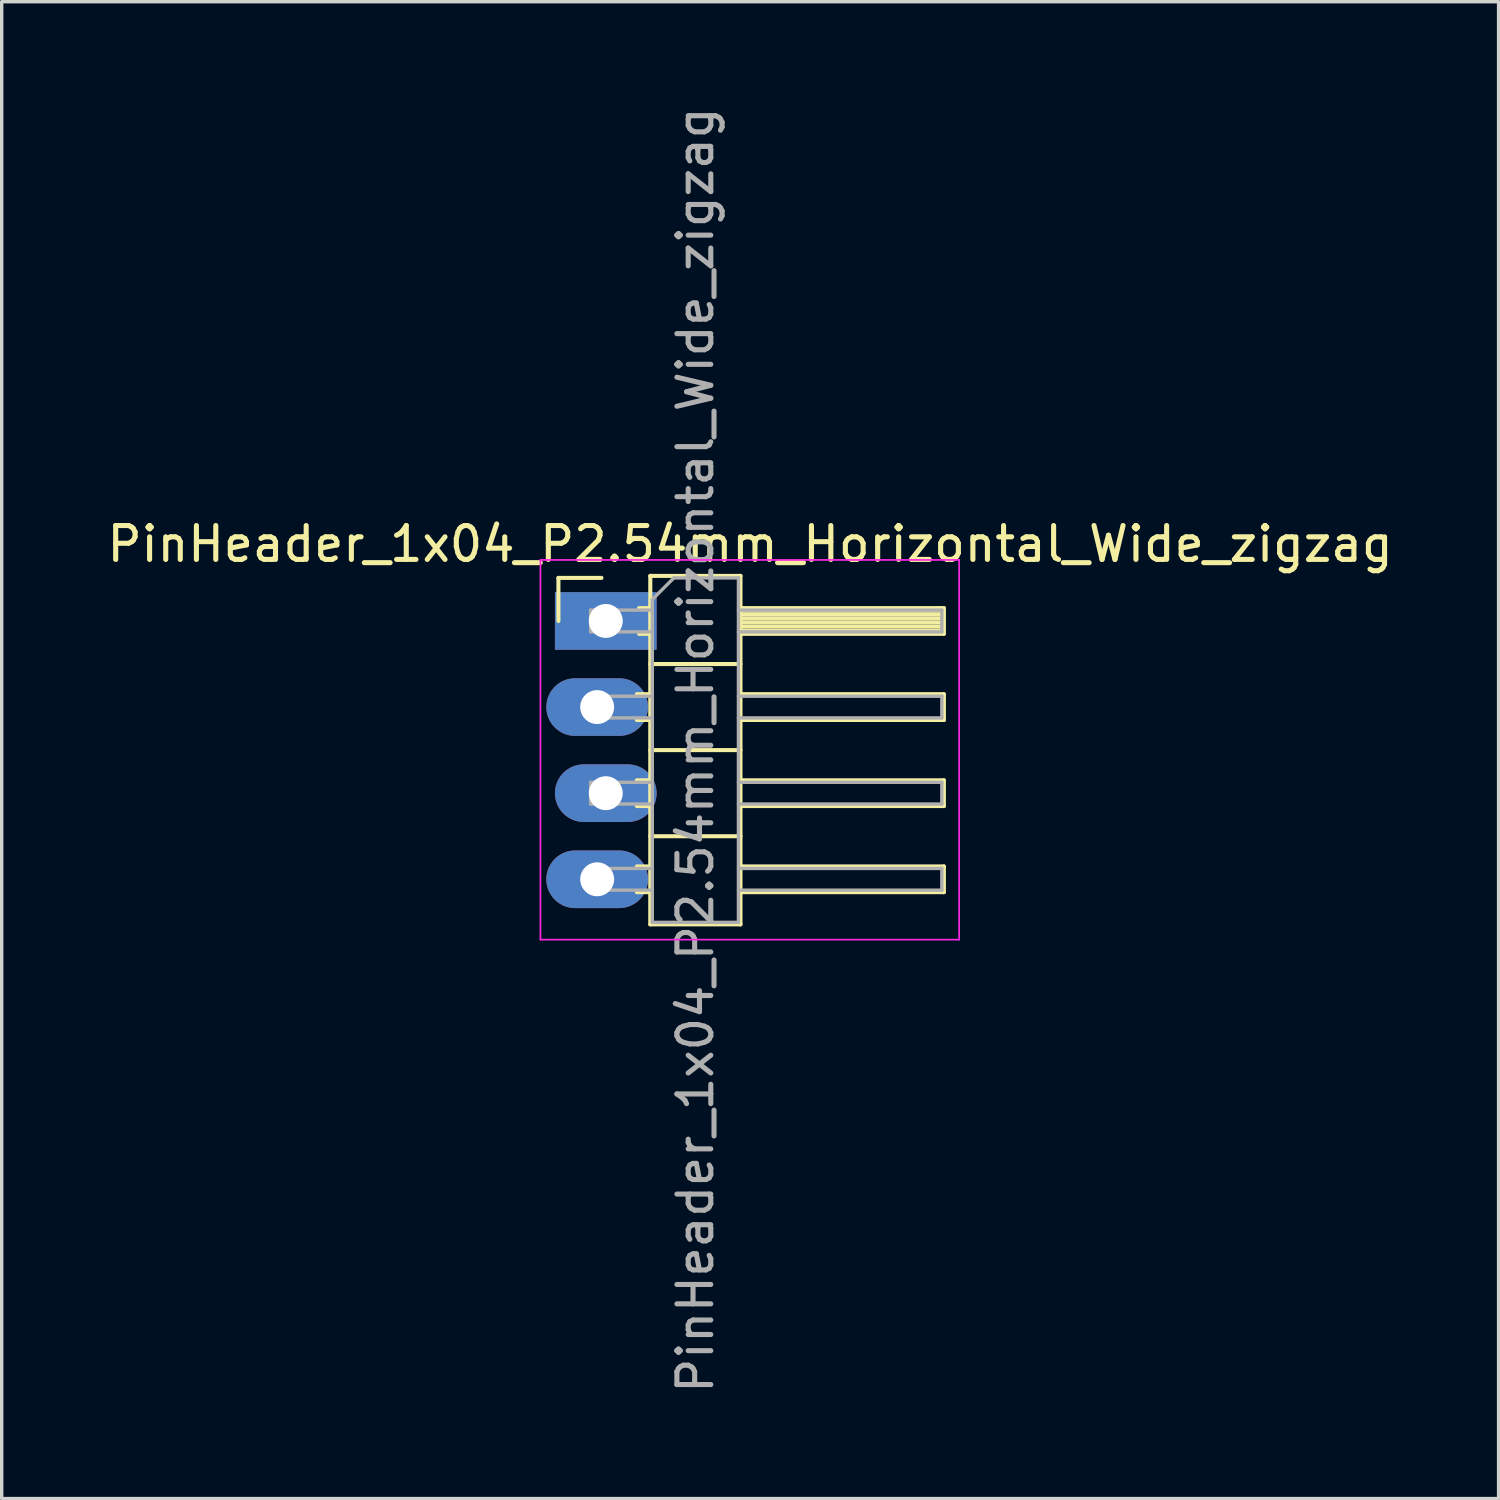
<source format=kicad_pcb>
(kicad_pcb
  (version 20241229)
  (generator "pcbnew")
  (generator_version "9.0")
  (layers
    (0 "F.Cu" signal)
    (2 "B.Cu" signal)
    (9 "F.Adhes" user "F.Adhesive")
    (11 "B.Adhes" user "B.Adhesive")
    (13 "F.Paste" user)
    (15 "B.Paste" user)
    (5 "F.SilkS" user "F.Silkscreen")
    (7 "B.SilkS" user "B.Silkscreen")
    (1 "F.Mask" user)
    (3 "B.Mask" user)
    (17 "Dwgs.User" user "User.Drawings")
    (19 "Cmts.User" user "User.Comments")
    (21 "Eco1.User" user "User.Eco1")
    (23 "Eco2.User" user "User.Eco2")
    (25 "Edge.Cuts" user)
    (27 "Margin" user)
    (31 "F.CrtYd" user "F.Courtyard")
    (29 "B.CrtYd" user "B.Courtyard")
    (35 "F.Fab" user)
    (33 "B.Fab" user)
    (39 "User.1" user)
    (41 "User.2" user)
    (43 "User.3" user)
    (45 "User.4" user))
  (footprint "PinHeader_1x04_P2.54mm_Horizontal_Wide_zigzag"
    (layer "F.Cu")
    (at 14.692 15.267)
    (property "Reference" "PinHeader_1x04_P2.54mm_Horizontal_Wide_zigzag" (at 4.385 -2.27 0) (layer "F.SilkS") (effects (font (size 1 1) (thickness 0.15))))
    (attr through_hole)
    (fp_line (start -1.27 -1.27) (end 0 -1.27) (stroke (width 0.12) (type solid)) (layer "F.SilkS"))
    (fp_line (start -1.27 0) (end -1.27 -1.27) (stroke (width 0.12) (type solid)) (layer "F.SilkS"))
    (fp_line (start 1.043 2.16) (end 1.44 2.16) (stroke (width 0.12) (type solid)) (layer "F.SilkS"))
    (fp_line (start 1.043 2.92) (end 1.44 2.92) (stroke (width 0.12) (type solid)) (layer "F.SilkS"))
    (fp_line (start 1.043 4.7) (end 1.44 4.7) (stroke (width 0.12) (type solid)) (layer "F.SilkS"))
    (fp_line (start 1.043 5.46) (end 1.44 5.46) (stroke (width 0.12) (type solid)) (layer "F.SilkS"))
    (fp_line (start 1.043 7.24) (end 1.44 7.24) (stroke (width 0.12) (type solid)) (layer "F.SilkS"))
    (fp_line (start 1.043 8) (end 1.44 8) (stroke (width 0.12) (type solid)) (layer "F.SilkS"))
    (fp_line (start 1.11 -0.38) (end 1.44 -0.38) (stroke (width 0.12) (type solid)) (layer "F.SilkS"))
    (fp_line (start 1.11 0.38) (end 1.44 0.38) (stroke (width 0.12) (type solid)) (layer "F.SilkS"))
    (fp_line (start 1.44 -1.33) (end 1.44 8.95) (stroke (width 0.12) (type solid)) (layer "F.SilkS"))
    (fp_line (start 1.44 1.27) (end 4.1 1.27) (stroke (width 0.12) (type solid)) (layer "F.SilkS"))
    (fp_line (start 1.44 3.81) (end 4.1 3.81) (stroke (width 0.12) (type solid)) (layer "F.SilkS"))
    (fp_line (start 1.44 6.35) (end 4.1 6.35) (stroke (width 0.12) (type solid)) (layer "F.SilkS"))
    (fp_line (start 1.44 8.95) (end 4.1 8.95) (stroke (width 0.12) (type solid)) (layer "F.SilkS"))
    (fp_line (start 4.1 -1.33) (end 1.44 -1.33) (stroke (width 0.12) (type solid)) (layer "F.SilkS"))
    (fp_line (start 4.1 -0.38) (end 10.1 -0.38) (stroke (width 0.12) (type solid)) (layer "F.SilkS"))
    (fp_line (start 4.1 -0.32) (end 10.1 -0.32) (stroke (width 0.12) (type solid)) (layer "F.SilkS"))
    (fp_line (start 4.1 -0.2) (end 10.1 -0.2) (stroke (width 0.12) (type solid)) (layer "F.SilkS"))
    (fp_line (start 4.1 -0.08) (end 10.1 -0.08) (stroke (width 0.12) (type solid)) (layer "F.SilkS"))
    (fp_line (start 4.1 0.04) (end 10.1 0.04) (stroke (width 0.12) (type solid)) (layer "F.SilkS"))
    (fp_line (start 4.1 0.16) (end 10.1 0.16) (stroke (width 0.12) (type solid)) (layer "F.SilkS"))
    (fp_line (start 4.1 0.28) (end 10.1 0.28) (stroke (width 0.12) (type solid)) (layer "F.SilkS"))
    (fp_line (start 4.1 2.16) (end 10.1 2.16) (stroke (width 0.12) (type solid)) (layer "F.SilkS"))
    (fp_line (start 4.1 4.7) (end 10.1 4.7) (stroke (width 0.12) (type solid)) (layer "F.SilkS"))
    (fp_line (start 4.1 7.24) (end 10.1 7.24) (stroke (width 0.12) (type solid)) (layer "F.SilkS"))
    (fp_line (start 4.1 8.95) (end 4.1 -1.33) (stroke (width 0.12) (type solid)) (layer "F.SilkS"))
    (fp_line (start 10.1 -0.38) (end 10.1 0.38) (stroke (width 0.12) (type solid)) (layer "F.SilkS"))
    (fp_line (start 10.1 0.38) (end 4.1 0.38) (stroke (width 0.12) (type solid)) (layer "F.SilkS"))
    (fp_line (start 10.1 2.16) (end 10.1 2.92) (stroke (width 0.12) (type solid)) (layer "F.SilkS"))
    (fp_line (start 10.1 2.92) (end 4.1 2.92) (stroke (width 0.12) (type solid)) (layer "F.SilkS"))
    (fp_line (start 10.1 4.7) (end 10.1 5.46) (stroke (width 0.12) (type solid)) (layer "F.SilkS"))
    (fp_line (start 10.1 5.46) (end 4.1 5.46) (stroke (width 0.12) (type solid)) (layer "F.SilkS"))
    (fp_line (start 10.1 7.24) (end 10.1 8) (stroke (width 0.12) (type solid)) (layer "F.SilkS"))
    (fp_line (start 10.1 8) (end 4.1 8) (stroke (width 0.12) (type solid)) (layer "F.SilkS"))
    (fp_line (start -1.8 -1.8) (end -1.8 9.4) (stroke (width 0.05) (type solid)) (layer "F.CrtYd"))
    (fp_line (start -1.8 9.4) (end 10.55 9.4) (stroke (width 0.05) (type solid)) (layer "F.CrtYd"))
    (fp_line (start 10.55 -1.8) (end -1.8 -1.8) (stroke (width 0.05) (type solid)) (layer "F.CrtYd"))
    (fp_line (start 10.55 9.4) (end 10.55 -1.8) (stroke (width 0.05) (type solid)) (layer "F.CrtYd"))
    (fp_line (start -0.32 -0.32) (end -0.32 0.32) (stroke (width 0.1) (type solid)) (layer "F.Fab"))
    (fp_line (start -0.32 -0.32) (end 1.5 -0.32) (stroke (width 0.1) (type solid)) (layer "F.Fab"))
    (fp_line (start -0.32 0.32) (end 1.5 0.32) (stroke (width 0.1) (type solid)) (layer "F.Fab"))
    (fp_line (start -0.32 2.22) (end -0.32 2.86) (stroke (width 0.1) (type solid)) (layer "F.Fab"))
    (fp_line (start -0.32 2.22) (end 1.5 2.22) (stroke (width 0.1) (type solid)) (layer "F.Fab"))
    (fp_line (start -0.32 2.86) (end 1.5 2.86) (stroke (width 0.1) (type solid)) (layer "F.Fab"))
    (fp_line (start -0.32 4.76) (end -0.32 5.4) (stroke (width 0.1) (type solid)) (layer "F.Fab"))
    (fp_line (start -0.32 4.76) (end 1.5 4.76) (stroke (width 0.1) (type solid)) (layer "F.Fab"))
    (fp_line (start -0.32 5.4) (end 1.5 5.4) (stroke (width 0.1) (type solid)) (layer "F.Fab"))
    (fp_line (start -0.32 7.3) (end -0.32 7.94) (stroke (width 0.1) (type solid)) (layer "F.Fab"))
    (fp_line (start -0.32 7.3) (end 1.5 7.3) (stroke (width 0.1) (type solid)) (layer "F.Fab"))
    (fp_line (start -0.32 7.94) (end 1.5 7.94) (stroke (width 0.1) (type solid)) (layer "F.Fab"))
    (fp_line (start 1.5 -0.635) (end 2.135 -1.27) (stroke (width 0.1) (type solid)) (layer "F.Fab"))
    (fp_line (start 1.5 8.89) (end 1.5 -0.635) (stroke (width 0.1) (type solid)) (layer "F.Fab"))
    (fp_line (start 2.135 -1.27) (end 4.04 -1.27) (stroke (width 0.1) (type solid)) (layer "F.Fab"))
    (fp_line (start 4.04 -1.27) (end 4.04 8.89) (stroke (width 0.1) (type solid)) (layer "F.Fab"))
    (fp_line (start 4.04 -0.32) (end 10.04 -0.32) (stroke (width 0.1) (type solid)) (layer "F.Fab"))
    (fp_line (start 4.04 0.32) (end 10.04 0.32) (stroke (width 0.1) (type solid)) (layer "F.Fab"))
    (fp_line (start 4.04 2.22) (end 10.04 2.22) (stroke (width 0.1) (type solid)) (layer "F.Fab"))
    (fp_line (start 4.04 2.86) (end 10.04 2.86) (stroke (width 0.1) (type solid)) (layer "F.Fab"))
    (fp_line (start 4.04 4.76) (end 10.04 4.76) (stroke (width 0.1) (type solid)) (layer "F.Fab"))
    (fp_line (start 4.04 5.4) (end 10.04 5.4) (stroke (width 0.1) (type solid)) (layer "F.Fab"))
    (fp_line (start 4.04 7.3) (end 10.04 7.3) (stroke (width 0.1) (type solid)) (layer "F.Fab"))
    (fp_line (start 4.04 7.94) (end 10.04 7.94) (stroke (width 0.1) (type solid)) (layer "F.Fab"))
    (fp_line (start 4.04 8.89) (end 1.5 8.89) (stroke (width 0.1) (type solid)) (layer "F.Fab"))
    (fp_line (start 10.04 -0.32) (end 10.04 0.32) (stroke (width 0.1) (type solid)) (layer "F.Fab"))
    (fp_line (start 10.04 2.22) (end 10.04 2.86) (stroke (width 0.1) (type solid)) (layer "F.Fab"))
    (fp_line (start 10.04 4.76) (end 10.04 5.4) (stroke (width 0.1) (type solid)) (layer "F.Fab"))
    (fp_line (start 10.04 7.3) (end 10.04 7.94) (stroke (width 0.1) (type solid)) (layer "F.Fab"))
    (fp_text user "${REFERENCE}" (at 2.77 3.81 90) (layer "F.Fab") (effects (font (size 1 1) (thickness 0.15))))
    (pad "1" thru_hole rect (at 0.127 0) (size 3 1.7) (drill 1) (layers "*.Cu" "*.Mask"))
    (pad "2" thru_hole oval (at -0.127 2.54) (size 3 1.7) (drill 1) (layers "*.Cu" "*.Mask"))
    (pad "3" thru_hole oval (at 0.127 5.08) (size 3 1.7) (drill 1) (layers "*.Cu" "*.Mask"))
    (pad "4" thru_hole oval (at -0.127 7.62) (size 3 1.7) (drill 1) (layers "*.Cu" "*.Mask")))
  (gr_rect
    (start -3 -3)
    (end 41.155 41.155)
    (stroke (width 0.1) (type default))
    (fill no)
    (layer "Edge.Cuts")))
</source>
